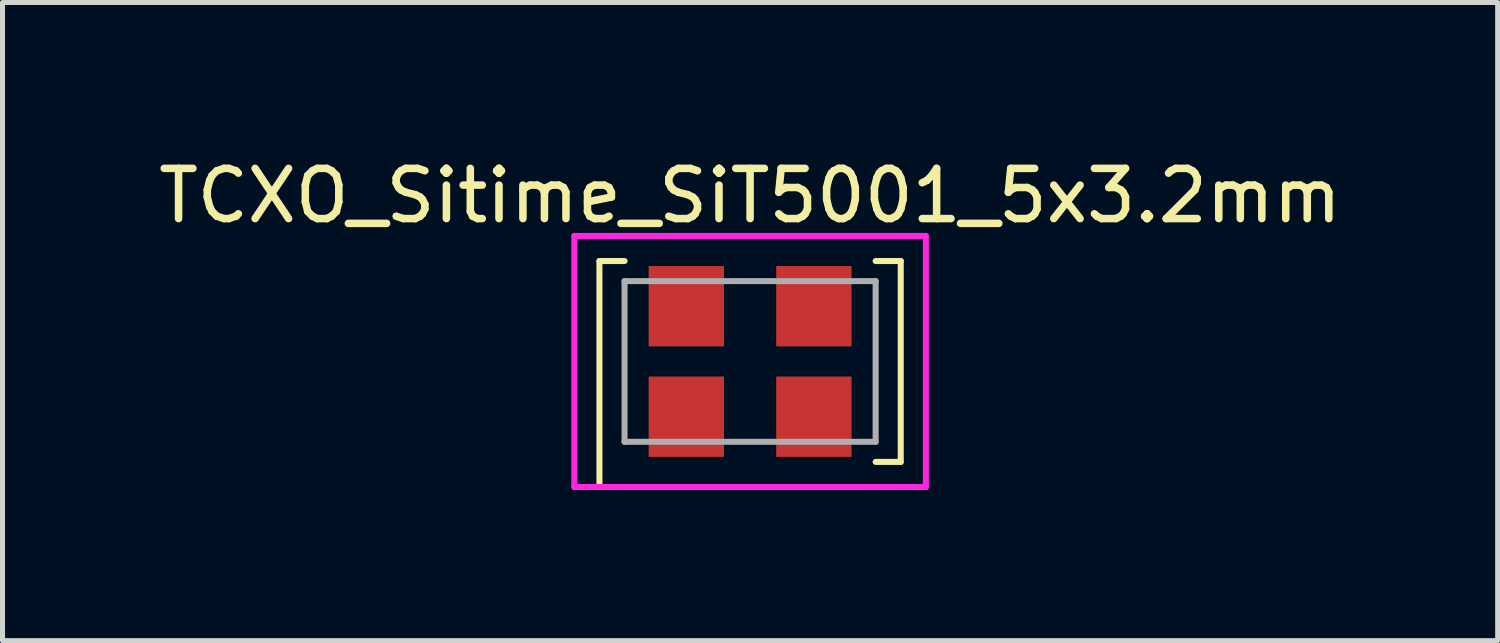
<source format=kicad_pcb>
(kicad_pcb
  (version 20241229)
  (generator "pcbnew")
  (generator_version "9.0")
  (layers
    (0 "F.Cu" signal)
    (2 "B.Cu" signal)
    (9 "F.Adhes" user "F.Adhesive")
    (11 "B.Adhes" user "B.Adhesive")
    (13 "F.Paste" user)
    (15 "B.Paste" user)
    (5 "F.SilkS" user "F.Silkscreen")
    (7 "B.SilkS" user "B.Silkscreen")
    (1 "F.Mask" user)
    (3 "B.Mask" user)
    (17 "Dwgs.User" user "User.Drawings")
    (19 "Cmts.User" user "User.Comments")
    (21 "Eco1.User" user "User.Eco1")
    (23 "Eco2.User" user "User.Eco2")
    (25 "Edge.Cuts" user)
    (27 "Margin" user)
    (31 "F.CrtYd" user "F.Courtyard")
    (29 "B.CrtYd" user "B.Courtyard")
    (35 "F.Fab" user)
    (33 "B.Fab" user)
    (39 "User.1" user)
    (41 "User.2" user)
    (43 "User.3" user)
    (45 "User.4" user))
  (footprint "TCXO_Sitime_SiT5001_5x3.2mm"
    (layer "F.Cu")
    (at 11.887 4.148)
    (property "Reference" "TCXO_Sitime_SiT5001_5x3.2mm" (at 0 -3.3 0) (layer "F.SilkS") (effects (font (size 1 1) (thickness 0.15))))
    (attr through_hole)
    (fp_line (start -3 -2) (end -3 2.5) (stroke (width 0.12) (type solid)) (layer "F.SilkS"))
    (fp_line (start -2.5 -2) (end -3 -2) (stroke (width 0.12) (type solid)) (layer "F.SilkS"))
    (fp_line (start 2.5 2) (end 3 2) (stroke (width 0.12) (type solid)) (layer "F.SilkS"))
    (fp_line (start 3 -2) (end 2.5 -2) (stroke (width 0.12) (type solid)) (layer "F.SilkS"))
    (fp_line (start 3 2) (end 3 -2) (stroke (width 0.12) (type solid)) (layer "F.SilkS"))
    (fp_line (start -3.5 -2.5) (end -3.5 2.5) (stroke (width 0.12) (type solid)) (layer "F.CrtYd"))
    (fp_line (start -3.5 2.5) (end 3.5 2.5) (stroke (width 0.12) (type solid)) (layer "F.CrtYd"))
    (fp_line (start 3.5 -2.5) (end -3.5 -2.5) (stroke (width 0.12) (type solid)) (layer "F.CrtYd"))
    (fp_line (start 3.5 2.5) (end 3.5 -2.5) (stroke (width 0.12) (type solid)) (layer "F.CrtYd"))
    (fp_line (start -2.5 -1.6) (end 2.5 -1.6) (stroke (width 0.12) (type solid)) (layer "F.Fab"))
    (fp_line (start -2.5 1.6) (end -2.5 -1.6) (stroke (width 0.12) (type solid)) (layer "F.Fab"))
    (fp_line (start 2.5 -1.6) (end 2.5 1.6) (stroke (width 0.12) (type solid)) (layer "F.Fab"))
    (fp_line (start 2.5 1.6) (end -2.5 1.6) (stroke (width 0.12) (type solid)) (layer "F.Fab"))
    (pad "1" smd rect (at -1.27 1.1) (size 1.5 1.6) (layers "F.Cu" "F.Mask" "F.Paste"))
    (pad "2" smd rect (at 1.27 1.1) (size 1.5 1.6) (layers "F.Cu" "F.Mask" "F.Paste"))
    (pad "3" smd rect (at 1.27 -1.1) (size 1.5 1.6) (layers "F.Cu" "F.Mask" "F.Paste"))
    (pad "4" smd rect (at -1.27 -1.1) (size 1.5 1.6) (layers "F.Cu" "F.Mask" "F.Paste")))
  (gr_rect
    (start -3 -3)
    (end 26.774 9.708)
    (stroke (width 0.1) (type default))
    (fill no)
    (layer "Edge.Cuts")))
</source>
